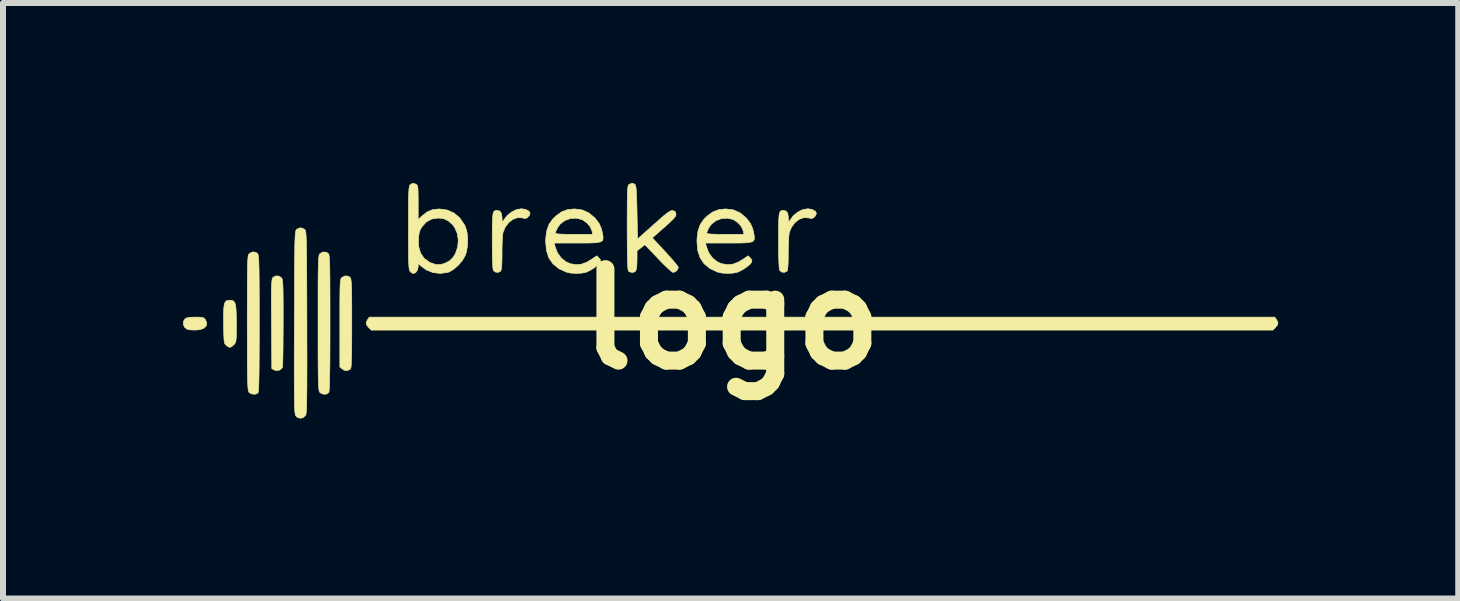
<source format=kicad_pcb>
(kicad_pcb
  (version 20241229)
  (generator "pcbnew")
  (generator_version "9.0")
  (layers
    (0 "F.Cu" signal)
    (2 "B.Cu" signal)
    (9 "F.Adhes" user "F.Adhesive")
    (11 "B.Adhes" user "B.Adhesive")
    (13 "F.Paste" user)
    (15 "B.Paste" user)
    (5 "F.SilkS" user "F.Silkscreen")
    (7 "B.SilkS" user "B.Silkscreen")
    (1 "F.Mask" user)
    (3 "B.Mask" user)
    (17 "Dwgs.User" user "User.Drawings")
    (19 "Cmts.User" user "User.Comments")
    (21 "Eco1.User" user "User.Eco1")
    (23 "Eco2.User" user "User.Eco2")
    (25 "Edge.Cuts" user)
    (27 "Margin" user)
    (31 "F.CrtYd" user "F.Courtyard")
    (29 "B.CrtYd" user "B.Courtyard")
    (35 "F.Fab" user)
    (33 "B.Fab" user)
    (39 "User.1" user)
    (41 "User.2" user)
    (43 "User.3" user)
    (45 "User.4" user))
  (footprint "logo"
    (layer "F.Cu")
    (at 9.145 2.271)
    (property "Reference" "logo" (at 0 0 0) (layer "F.SilkS") (effects (font (size 1.524 1.524) (thickness 0.3))))
    (attr through_hole)
    (fp_poly (pts (xy 9.079 0.004) (xy 9.104 0.051) (xy 9.099 0.091) (xy 9.064 0.136) (xy 9.063 0.137) (xy 9.019 0.181) (xy -6.007 0.181) (xy -6.051 0.137) (xy -6.087 0.092) (xy -6.092 0.052) (xy -6.069 0.005) (xy -6.068 0.004) (xy -6.04 -0.036) (xy 9.051 -0.036) (xy 9.079 0.004)) (stroke (width 0.01) (type solid)) (fill yes) (layer "F.SilkS"))
    (fp_poly (pts (xy -8.867 -0.035) (xy -8.822 -0.03) (xy -8.795 -0.019) (xy -8.775 0.001) (xy -8.773 0.004) (xy -8.749 0.061) (xy -8.757 0.11) (xy -8.796 0.149) (xy -8.861 0.173) (xy -8.942 0.18) (xy -9.004 0.178) (xy -9.053 0.173) (xy -9.071 0.169) (xy -9.117 0.136) (xy -9.14 0.088) (xy -9.137 0.034) (xy -9.111 -0.006) (xy -9.08 -0.023) (xy -9.031 -0.033) (xy -8.954 -0.036) (xy -8.939 -0.036) (xy -8.867 -0.035)) (stroke (width 0.01) (type solid)) (fill yes) (layer "F.SilkS"))
    (fp_poly (pts (xy -8.328 -0.314) (xy -8.301 -0.302) (xy -8.282 -0.276) (xy -8.269 -0.233) (xy -8.261 -0.167) (xy -8.257 -0.075) (xy -8.255 0.049) (xy -8.255 0.078) (xy -8.255 0.19) (xy -8.256 0.271) (xy -8.259 0.328) (xy -8.264 0.366) (xy -8.272 0.392) (xy -8.284 0.41) (xy -8.3 0.427) (xy -8.339 0.461) (xy -8.37 0.468) (xy -8.406 0.449) (xy -8.421 0.437) (xy -8.436 0.423) (xy -8.448 0.407) (xy -8.456 0.382) (xy -8.461 0.343) (xy -8.464 0.285) (xy -8.467 0.202) (xy -8.469 0.088) (xy -8.469 0.088) (xy -8.47 -0.044) (xy -8.468 -0.144) (xy -8.462 -0.217) (xy -8.452 -0.266) (xy -8.435 -0.296) (xy -8.41 -0.312) (xy -8.377 -0.317) (xy -8.364 -0.318) (xy -8.328 -0.314)) (stroke (width 0.01) (type solid)) (fill yes) (layer "F.SilkS"))
    (fp_poly (pts (xy -7.544 -0.719) (xy -7.505 -0.693) (xy -7.497 -0.681) (xy -7.491 -0.663) (xy -7.486 -0.635) (xy -7.482 -0.594) (xy -7.479 -0.536) (xy -7.477 -0.458) (xy -7.476 -0.356) (xy -7.475 -0.227) (xy -7.475 -0.068) (xy -7.475 0.065) (xy -7.476 0.224) (xy -7.477 0.372) (xy -7.478 0.505) (xy -7.48 0.619) (xy -7.482 0.709) (xy -7.485 0.773) (xy -7.488 0.806) (xy -7.489 0.809) (xy -7.533 0.847) (xy -7.588 0.856) (xy -7.621 0.846) (xy -7.665 0.824) (xy -7.67 0.078) (xy -7.671 -0.108) (xy -7.672 -0.261) (xy -7.672 -0.385) (xy -7.671 -0.482) (xy -7.669 -0.557) (xy -7.666 -0.611) (xy -7.662 -0.65) (xy -7.658 -0.675) (xy -7.651 -0.69) (xy -7.646 -0.697) (xy -7.598 -0.723) (xy -7.544 -0.719)) (stroke (width 0.01) (type solid)) (fill yes) (layer "F.SilkS"))
    (fp_poly (pts (xy -6.392 -0.718) (xy -6.36 -0.697) (xy -6.353 -0.687) (xy -6.347 -0.668) (xy -6.343 -0.638) (xy -6.339 -0.594) (xy -6.336 -0.532) (xy -6.334 -0.448) (xy -6.333 -0.341) (xy -6.332 -0.205) (xy -6.332 -0.038) (xy -6.332 0.072) (xy -6.332 0.265) (xy -6.333 0.425) (xy -6.334 0.554) (xy -6.337 0.655) (xy -6.339 0.73) (xy -6.343 0.782) (xy -6.348 0.814) (xy -6.354 0.829) (xy -6.355 0.83) (xy -6.408 0.857) (xy -6.458 0.85) (xy -6.485 0.832) (xy -6.531 0.796) (xy -6.531 0.065) (xy -6.531 -0.118) (xy -6.531 -0.267) (xy -6.53 -0.388) (xy -6.529 -0.482) (xy -6.527 -0.554) (xy -6.524 -0.606) (xy -6.52 -0.643) (xy -6.515 -0.668) (xy -6.508 -0.683) (xy -6.501 -0.693) (xy -6.498 -0.696) (xy -6.446 -0.722) (xy -6.392 -0.718)) (stroke (width 0.01) (type solid)) (fill yes) (layer "F.SilkS"))
    (fp_poly (pts (xy -6.755 -1.117) (xy -6.723 -1.096) (xy -6.717 -1.087) (xy -6.712 -1.071) (xy -6.708 -1.046) (xy -6.705 -1.008) (xy -6.702 -0.955) (xy -6.699 -0.884) (xy -6.698 -0.793) (xy -6.696 -0.679) (xy -6.696 -0.539) (xy -6.695 -0.371) (xy -6.695 -0.172) (xy -6.695 0.057) (xy -6.695 0.323) (xy -6.696 0.555) (xy -6.697 0.753) (xy -6.7 0.917) (xy -6.702 1.045) (xy -6.706 1.138) (xy -6.71 1.196) (xy -6.713 1.217) (xy -6.746 1.244) (xy -6.794 1.251) (xy -6.843 1.236) (xy -6.864 1.219) (xy -6.87 1.209) (xy -6.876 1.194) (xy -6.88 1.171) (xy -6.884 1.136) (xy -6.887 1.088) (xy -6.889 1.023) (xy -6.891 0.938) (xy -6.892 0.832) (xy -6.893 0.701) (xy -6.894 0.543) (xy -6.894 0.354) (xy -6.894 0.133) (xy -6.894 0.06) (xy -6.894 -0.17) (xy -6.894 -0.367) (xy -6.894 -0.533) (xy -6.893 -0.671) (xy -6.892 -0.783) (xy -6.89 -0.873) (xy -6.888 -0.943) (xy -6.886 -0.995) (xy -6.882 -1.033) (xy -6.878 -1.06) (xy -6.873 -1.077) (xy -6.867 -1.088) (xy -6.861 -1.095) (xy -6.809 -1.122) (xy -6.755 -1.117)) (stroke (width 0.01) (type solid)) (fill yes) (layer "F.SilkS"))
    (fp_poly (pts (xy -3.434 -1.831) (xy -3.379 -1.801) (xy -3.36 -1.766) (xy -3.376 -1.725) (xy -3.392 -1.707) (xy -3.421 -1.684) (xy -3.456 -1.681) (xy -3.492 -1.69) (xy -3.569 -1.693) (xy -3.646 -1.666) (xy -3.716 -1.612) (xy -3.774 -1.536) (xy -3.81 -1.45) (xy -3.817 -1.41) (xy -3.822 -1.342) (xy -3.826 -1.255) (xy -3.828 -1.155) (xy -3.828 -1.106) (xy -3.829 -0.981) (xy -3.833 -0.89) (xy -3.84 -0.832) (xy -3.849 -0.803) (xy -3.85 -0.802) (xy -3.891 -0.782) (xy -3.937 -0.786) (xy -3.971 -0.813) (xy -3.973 -0.815) (xy -3.979 -0.845) (xy -3.984 -0.908) (xy -3.988 -1.001) (xy -3.99 -1.121) (xy -3.991 -1.264) (xy -3.991 -1.311) (xy -3.991 -1.459) (xy -3.99 -1.575) (xy -3.987 -1.662) (xy -3.982 -1.725) (xy -3.975 -1.768) (xy -3.964 -1.795) (xy -3.948 -1.808) (xy -3.928 -1.814) (xy -3.91 -1.814) (xy -3.864 -1.803) (xy -3.838 -1.766) (xy -3.828 -1.699) (xy -3.828 -1.688) (xy -3.826 -1.64) (xy -3.821 -1.625) (xy -3.811 -1.636) (xy -3.807 -1.642) (xy -3.748 -1.723) (xy -3.672 -1.785) (xy -3.589 -1.827) (xy -3.505 -1.842) (xy -3.434 -1.831)) (stroke (width 0.01) (type solid)) (fill yes) (layer "F.SilkS"))
    (fp_poly (pts (xy 1.338 -1.831) (xy 1.393 -1.801) (xy 1.412 -1.766) (xy 1.396 -1.725) (xy 1.38 -1.707) (xy 1.35 -1.684) (xy 1.316 -1.681) (xy 1.279 -1.69) (xy 1.202 -1.693) (xy 1.125 -1.666) (xy 1.055 -1.612) (xy 0.998 -1.536) (xy 0.961 -1.45) (xy 0.955 -1.41) (xy 0.95 -1.342) (xy 0.946 -1.255) (xy 0.944 -1.155) (xy 0.943 -1.106) (xy 0.942 -0.981) (xy 0.938 -0.89) (xy 0.932 -0.832) (xy 0.923 -0.803) (xy 0.922 -0.802) (xy 0.881 -0.782) (xy 0.835 -0.786) (xy 0.8 -0.813) (xy 0.799 -0.815) (xy 0.793 -0.845) (xy 0.788 -0.908) (xy 0.784 -1.001) (xy 0.781 -1.121) (xy 0.78 -1.264) (xy 0.78 -1.311) (xy 0.78 -1.459) (xy 0.782 -1.575) (xy 0.784 -1.662) (xy 0.789 -1.725) (xy 0.797 -1.768) (xy 0.808 -1.795) (xy 0.823 -1.808) (xy 0.843 -1.814) (xy 0.862 -1.814) (xy 0.907 -1.803) (xy 0.934 -1.766) (xy 0.944 -1.699) (xy 0.944 -1.688) (xy 0.945 -1.64) (xy 0.951 -1.625) (xy 0.961 -1.636) (xy 0.965 -1.642) (xy 1.024 -1.723) (xy 1.099 -1.785) (xy 1.183 -1.827) (xy 1.267 -1.842) (xy 1.338 -1.831)) (stroke (width 0.01) (type solid)) (fill yes) (layer "F.SilkS"))
    (fp_poly (pts (xy -7.935 -1.117) (xy -7.903 -1.096) (xy -7.897 -1.087) (xy -7.892 -1.072) (xy -7.887 -1.046) (xy -7.884 -1.008) (xy -7.881 -0.955) (xy -7.879 -0.885) (xy -7.877 -0.794) (xy -7.876 -0.681) (xy -7.875 -0.542) (xy -7.874 -0.374) (xy -7.874 -0.176) (xy -7.874 0.055) (xy -7.874 0.07) (xy -7.874 0.316) (xy -7.875 0.528) (xy -7.876 0.708) (xy -7.877 0.858) (xy -7.879 0.979) (xy -7.881 1.074) (xy -7.884 1.144) (xy -7.888 1.193) (xy -7.892 1.221) (xy -7.896 1.23) (xy -7.937 1.249) (xy -7.99 1.247) (xy -8.036 1.226) (xy -8.044 1.219) (xy -8.05 1.209) (xy -8.055 1.194) (xy -8.059 1.171) (xy -8.063 1.136) (xy -8.066 1.088) (xy -8.068 1.023) (xy -8.07 0.938) (xy -8.072 0.832) (xy -8.073 0.701) (xy -8.073 0.543) (xy -8.073 0.354) (xy -8.074 0.133) (xy -8.074 0.06) (xy -8.074 -0.17) (xy -8.073 -0.367) (xy -8.073 -0.533) (xy -8.072 -0.671) (xy -8.071 -0.783) (xy -8.07 -0.873) (xy -8.068 -0.943) (xy -8.065 -0.995) (xy -8.062 -1.033) (xy -8.057 -1.06) (xy -8.052 -1.077) (xy -8.047 -1.088) (xy -8.04 -1.095) (xy -7.989 -1.122) (xy -7.935 -1.117)) (stroke (width 0.01) (type solid)) (fill yes) (layer "F.SilkS"))
    (fp_poly (pts (xy -7.147 -1.514) (xy -7.12 -1.498) (xy -7.114 -1.493) (xy -7.108 -1.485) (xy -7.103 -1.471) (xy -7.099 -1.451) (xy -7.096 -1.421) (xy -7.093 -1.378) (xy -7.09 -1.322) (xy -7.088 -1.248) (xy -7.087 -1.156) (xy -7.085 -1.042) (xy -7.084 -0.905) (xy -7.083 -0.741) (xy -7.082 -0.549) (xy -7.081 -0.327) (xy -7.081 -0.071) (xy -7.08 0.039) (xy -7.08 0.321) (xy -7.079 0.568) (xy -7.079 0.783) (xy -7.08 0.968) (xy -7.08 1.125) (xy -7.082 1.255) (xy -7.083 1.361) (xy -7.085 1.445) (xy -7.088 1.508) (xy -7.091 1.553) (xy -7.095 1.582) (xy -7.099 1.597) (xy -7.136 1.636) (xy -7.185 1.65) (xy -7.235 1.638) (xy -7.265 1.609) (xy -7.271 1.599) (xy -7.275 1.582) (xy -7.279 1.557) (xy -7.282 1.521) (xy -7.285 1.472) (xy -7.287 1.407) (xy -7.288 1.325) (xy -7.29 1.223) (xy -7.29 1.098) (xy -7.291 0.949) (xy -7.291 0.773) (xy -7.291 0.568) (xy -7.29 0.331) (xy -7.289 0.061) (xy -7.289 0.047) (xy -7.288 -0.223) (xy -7.287 -0.459) (xy -7.287 -0.664) (xy -7.286 -0.839) (xy -7.285 -0.987) (xy -7.283 -1.11) (xy -7.282 -1.211) (xy -7.28 -1.293) (xy -7.277 -1.356) (xy -7.275 -1.404) (xy -7.271 -1.439) (xy -7.267 -1.464) (xy -7.263 -1.48) (xy -7.258 -1.49) (xy -7.252 -1.496) (xy -7.249 -1.498) (xy -7.209 -1.519) (xy -7.185 -1.524) (xy -7.147 -1.514)) (stroke (width 0.01) (type solid)) (fill yes) (layer "F.SilkS"))
    (fp_poly (pts (xy -1.633 -2.26) (xy -1.615 -2.25) (xy -1.606 -2.239) (xy -1.599 -2.216) (xy -1.593 -2.177) (xy -1.589 -2.118) (xy -1.585 -2.034) (xy -1.581 -1.922) (xy -1.578 -1.785) (xy -1.569 -1.338) (xy -1.301 -1.577) (xy -1.206 -1.661) (xy -1.134 -1.724) (xy -1.08 -1.767) (xy -1.04 -1.794) (xy -1.011 -1.808) (xy -0.989 -1.811) (xy -0.984 -1.811) (xy -0.945 -1.798) (xy -0.93 -1.763) (xy -0.929 -1.757) (xy -0.93 -1.735) (xy -0.942 -1.71) (xy -0.967 -1.678) (xy -1.011 -1.634) (xy -1.077 -1.574) (xy -1.123 -1.533) (xy -1.323 -1.357) (xy -1.106 -1.124) (xy -1.036 -1.046) (xy -0.975 -0.977) (xy -0.927 -0.92) (xy -0.897 -0.88) (xy -0.889 -0.864) (xy -0.904 -0.825) (xy -0.939 -0.792) (xy -0.976 -0.78) (xy -0.998 -0.792) (xy -1.04 -0.827) (xy -1.097 -0.88) (xy -1.165 -0.947) (xy -1.226 -1.011) (xy -1.446 -1.242) (xy -1.512 -1.192) (xy -1.578 -1.141) (xy -1.578 -0.982) (xy -1.581 -0.893) (xy -1.589 -0.833) (xy -1.606 -0.798) (xy -1.634 -0.783) (xy -1.66 -0.78) (xy -1.702 -0.79) (xy -1.72 -0.802) (xy -1.726 -0.818) (xy -1.731 -0.855) (xy -1.735 -0.915) (xy -1.738 -1) (xy -1.74 -1.113) (xy -1.741 -1.257) (xy -1.742 -1.434) (xy -1.742 -1.527) (xy -1.742 -1.705) (xy -1.741 -1.851) (xy -1.741 -1.967) (xy -1.739 -2.057) (xy -1.737 -2.125) (xy -1.734 -2.174) (xy -1.73 -2.207) (xy -1.725 -2.228) (xy -1.718 -2.24) (xy -1.71 -2.247) (xy -1.707 -2.249) (xy -1.665 -2.266) (xy -1.633 -2.26)) (stroke (width 0.01) (type solid)) (fill yes) (layer "F.SilkS"))
    (fp_poly (pts (xy -2.494 -1.823) (xy -2.381 -1.773) (xy -2.281 -1.689) (xy -2.276 -1.684) (xy -2.211 -1.599) (xy -2.171 -1.509) (xy -2.15 -1.414) (xy -2.144 -1.369) (xy -2.145 -1.335) (xy -2.156 -1.31) (xy -2.181 -1.292) (xy -2.224 -1.281) (xy -2.29 -1.274) (xy -2.382 -1.271) (xy -2.504 -1.27) (xy -2.578 -1.27) (xy -2.958 -1.27) (xy -2.946 -1.22) (xy -2.905 -1.11) (xy -2.841 -1.02) (xy -2.758 -0.955) (xy -2.69 -0.926) (xy -2.595 -0.91) (xy -2.508 -0.917) (xy -2.418 -0.95) (xy -2.326 -1.005) (xy -2.248 -1.058) (xy -2.211 -1.021) (xy -2.186 -0.988) (xy -2.188 -0.958) (xy -2.194 -0.946) (xy -2.226 -0.908) (xy -2.281 -0.864) (xy -2.347 -0.822) (xy -2.412 -0.789) (xy -2.429 -0.783) (xy -2.506 -0.768) (xy -2.599 -0.764) (xy -2.692 -0.771) (xy -2.76 -0.787) (xy -2.885 -0.846) (xy -2.98 -0.925) (xy -3.048 -1.024) (xy -3.087 -1.145) (xy -3.101 -1.291) (xy -3.099 -1.349) (xy -3.088 -1.438) (xy -2.939 -1.438) (xy -2.93 -1.429) (xy -2.901 -1.423) (xy -2.848 -1.419) (xy -2.766 -1.416) (xy -2.653 -1.415) (xy -2.628 -1.415) (xy -2.318 -1.415) (xy -2.329 -1.473) (xy -2.358 -1.541) (xy -2.413 -1.605) (xy -2.482 -1.654) (xy -2.499 -1.662) (xy -2.593 -1.685) (xy -2.691 -1.678) (xy -2.783 -1.644) (xy -2.859 -1.586) (xy -2.898 -1.533) (xy -2.923 -1.484) (xy -2.937 -1.447) (xy -2.939 -1.438) (xy -3.088 -1.438) (xy -3.083 -1.474) (xy -3.047 -1.577) (xy -2.986 -1.666) (xy -2.928 -1.723) (xy -2.833 -1.791) (xy -2.733 -1.828) (xy -2.621 -1.839) (xy -2.494 -1.823)) (stroke (width 0.01) (type solid)) (fill yes) (layer "F.SilkS"))
    (fp_poly (pts (xy 0.028 -1.823) (xy 0.141 -1.773) (xy 0.241 -1.689) (xy 0.246 -1.684) (xy 0.311 -1.599) (xy 0.351 -1.509) (xy 0.372 -1.414) (xy 0.377 -1.369) (xy 0.377 -1.335) (xy 0.366 -1.31) (xy 0.341 -1.292) (xy 0.298 -1.281) (xy 0.232 -1.274) (xy 0.14 -1.271) (xy 0.018 -1.27) (xy -0.056 -1.27) (xy -0.436 -1.27) (xy -0.424 -1.22) (xy -0.384 -1.11) (xy -0.319 -1.02) (xy -0.236 -0.955) (xy -0.168 -0.926) (xy -0.074 -0.91) (xy 0.014 -0.917) (xy 0.104 -0.95) (xy 0.196 -1.005) (xy 0.274 -1.058) (xy 0.311 -1.021) (xy 0.336 -0.988) (xy 0.334 -0.958) (xy 0.328 -0.946) (xy 0.296 -0.908) (xy 0.241 -0.864) (xy 0.175 -0.822) (xy 0.11 -0.789) (xy 0.093 -0.783) (xy 0.016 -0.768) (xy -0.078 -0.764) (xy -0.17 -0.771) (xy -0.238 -0.787) (xy -0.363 -0.846) (xy -0.459 -0.925) (xy -0.526 -1.024) (xy -0.566 -1.145) (xy -0.579 -1.291) (xy -0.577 -1.349) (xy -0.566 -1.438) (xy -0.417 -1.438) (xy -0.408 -1.429) (xy -0.379 -1.423) (xy -0.326 -1.419) (xy -0.245 -1.416) (xy -0.132 -1.415) (xy -0.107 -1.415) (xy 0.204 -1.415) (xy 0.192 -1.473) (xy 0.163 -1.541) (xy 0.109 -1.605) (xy 0.04 -1.654) (xy 0.023 -1.662) (xy -0.071 -1.685) (xy -0.169 -1.678) (xy -0.261 -1.644) (xy -0.337 -1.586) (xy -0.376 -1.533) (xy -0.401 -1.484) (xy -0.415 -1.447) (xy -0.417 -1.438) (xy -0.566 -1.438) (xy -0.561 -1.474) (xy -0.525 -1.577) (xy -0.464 -1.666) (xy -0.406 -1.723) (xy -0.311 -1.791) (xy -0.211 -1.828) (xy -0.099 -1.839) (xy 0.028 -1.823)) (stroke (width 0.01) (type solid)) (fill yes) (layer "F.SilkS"))
    (fp_poly (pts (xy -5.288 -2.262) (xy -5.26 -2.249) (xy -5.247 -2.239) (xy -5.237 -2.223) (xy -5.231 -2.195) (xy -5.228 -2.149) (xy -5.226 -2.079) (xy -5.225 -1.981) (xy -5.225 -1.946) (xy -5.225 -1.662) (xy -5.166 -1.718) (xy -5.079 -1.787) (xy -4.989 -1.825) (xy -4.884 -1.838) (xy -4.868 -1.838) (xy -4.74 -1.82) (xy -4.627 -1.77) (xy -4.532 -1.689) (xy -4.456 -1.578) (xy -4.438 -1.543) (xy -4.411 -1.45) (xy -4.399 -1.338) (xy -4.404 -1.221) (xy -4.424 -1.112) (xy -4.444 -1.056) (xy -4.491 -0.977) (xy -4.556 -0.9) (xy -4.631 -0.835) (xy -4.705 -0.791) (xy -4.732 -0.781) (xy -4.855 -0.764) (xy -4.977 -0.778) (xy -5.089 -0.822) (xy -5.175 -0.884) (xy -5.225 -0.932) (xy -5.225 -0.876) (xy -5.237 -0.821) (xy -5.266 -0.779) (xy -5.304 -0.762) (xy -5.305 -0.762) (xy -5.334 -0.774) (xy -5.358 -0.795) (xy -5.366 -0.807) (xy -5.372 -0.825) (xy -5.377 -0.853) (xy -5.381 -0.896) (xy -5.384 -0.955) (xy -5.386 -1.035) (xy -5.387 -1.139) (xy -5.388 -1.271) (xy -5.388 -1.347) (xy -5.221 -1.347) (xy -5.217 -1.214) (xy -5.186 -1.104) (xy -5.126 -1.016) (xy -5.039 -0.952) (xy -5.017 -0.941) (xy -4.928 -0.912) (xy -4.846 -0.913) (xy -4.776 -0.935) (xy -4.699 -0.976) (xy -4.644 -1.031) (xy -4.605 -1.095) (xy -4.567 -1.204) (xy -4.557 -1.318) (xy -4.574 -1.43) (xy -4.617 -1.529) (xy -4.648 -1.571) (xy -4.721 -1.638) (xy -4.798 -1.676) (xy -4.89 -1.687) (xy -4.893 -1.687) (xy -4.999 -1.671) (xy -5.089 -1.622) (xy -5.159 -1.546) (xy -5.191 -1.494) (xy -5.209 -1.438) (xy -5.219 -1.363) (xy -5.221 -1.347) (xy -5.388 -1.347) (xy -5.388 -1.434) (xy -5.388 -1.52) (xy -5.388 -1.699) (xy -5.388 -1.845) (xy -5.387 -1.962) (xy -5.385 -2.053) (xy -5.382 -2.121) (xy -5.379 -2.17) (xy -5.374 -2.204) (xy -5.369 -2.225) (xy -5.362 -2.237) (xy -5.36 -2.239) (xy -5.325 -2.264) (xy -5.288 -2.262)) (stroke (width 0.01) (type solid)) (fill yes) (layer "F.SilkS")))
  (gr_rect
    (start -3 -3)
    (end 21.254 6.926)
    (stroke (width 0.1) (type default))
    (fill no)
    (layer "Edge.Cuts")))
</source>
